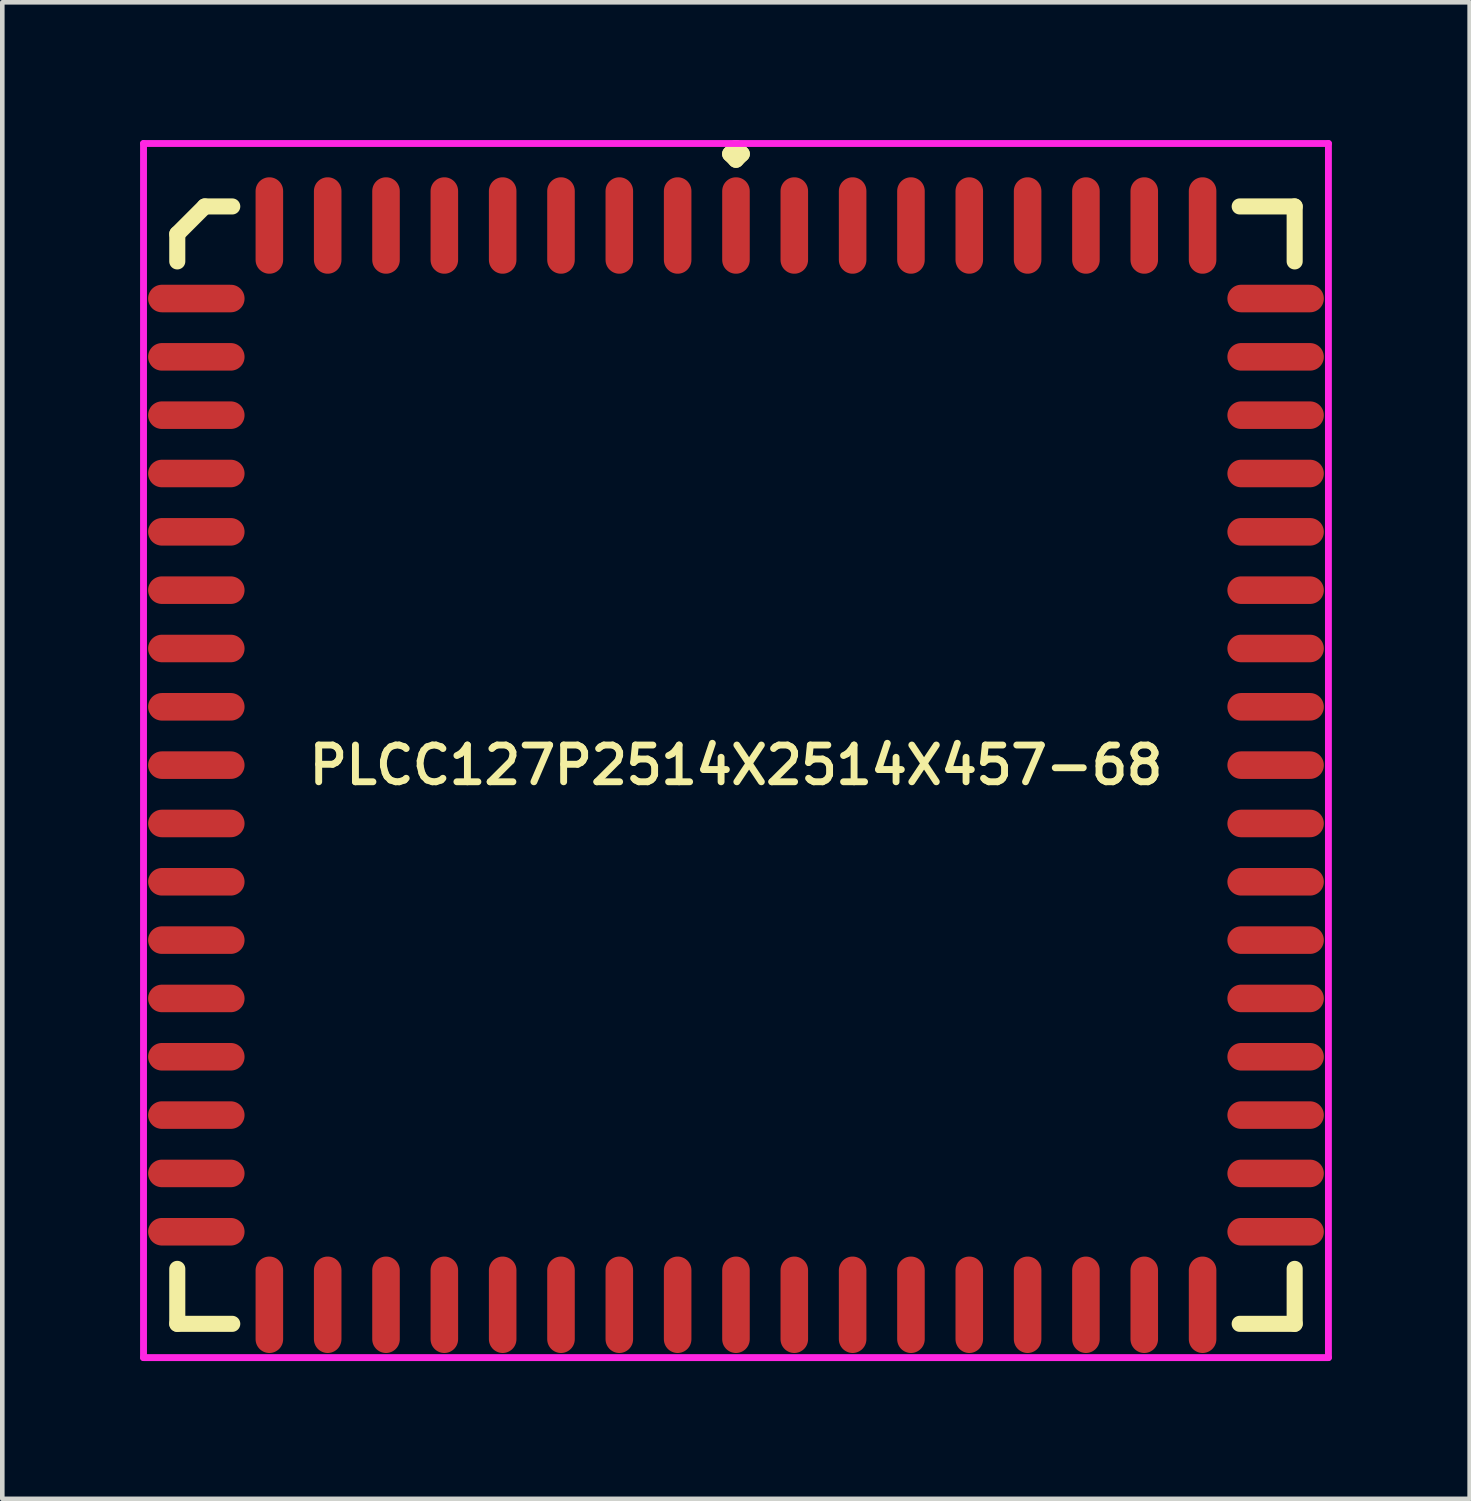
<source format=kicad_pcb>
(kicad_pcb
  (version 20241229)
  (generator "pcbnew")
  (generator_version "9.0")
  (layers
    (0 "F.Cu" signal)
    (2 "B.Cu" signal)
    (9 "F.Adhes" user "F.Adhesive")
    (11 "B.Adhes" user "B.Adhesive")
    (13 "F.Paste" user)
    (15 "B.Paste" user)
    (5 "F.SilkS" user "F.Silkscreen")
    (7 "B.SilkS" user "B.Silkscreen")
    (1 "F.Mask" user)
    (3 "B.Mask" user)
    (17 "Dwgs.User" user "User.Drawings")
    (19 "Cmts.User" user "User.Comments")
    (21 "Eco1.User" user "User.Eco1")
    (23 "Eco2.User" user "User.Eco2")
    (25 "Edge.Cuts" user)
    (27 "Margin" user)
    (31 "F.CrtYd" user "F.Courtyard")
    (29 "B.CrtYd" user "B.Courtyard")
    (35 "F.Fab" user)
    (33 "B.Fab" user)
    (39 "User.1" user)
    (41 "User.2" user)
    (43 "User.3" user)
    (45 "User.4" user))
  (footprint "PLCC127P2514X2514X457-68"
    (layer "F.Cu")
    (at 12.975 13.61)
    (property "Reference" "PLCC127P2514X2514X457-68" (at 0 0 0) (layer "F.SilkS") (effects (font (size 0.8 0.8) (thickness 0.15))))
    (attr smd)
    (fp_line (start -12.165 -11.566) (end -11.566 -12.165) (stroke (width 0.35) (type solid)) (layer "F.SilkS"))
    (fp_line (start -12.165 -10.968) (end -12.165 -11.566) (stroke (width 0.35) (type solid)) (layer "F.SilkS"))
    (fp_line (start -12.165 10.968) (end -12.165 12.165) (stroke (width 0.35) (type solid)) (layer "F.SilkS"))
    (fp_line (start -12.165 12.165) (end -10.968 12.165) (stroke (width 0.35) (type solid)) (layer "F.SilkS"))
    (fp_line (start -11.566 -12.165) (end -10.968 -12.165) (stroke (width 0.35) (type solid)) (layer "F.SilkS"))
    (fp_line (start -0.127 -13.308) (end 0 -13.435) (stroke (width 0.35) (type solid)) (layer "F.SilkS"))
    (fp_line (start 0 -13.435) (end 0.127 -13.308) (stroke (width 0.35) (type solid)) (layer "F.SilkS"))
    (fp_line (start 0 -13.181) (end -0.127 -13.308) (stroke (width 0.35) (type solid)) (layer "F.SilkS"))
    (fp_line (start 0.127 -13.308) (end 0 -13.181) (stroke (width 0.35) (type solid)) (layer "F.SilkS"))
    (fp_line (start 12.165 -12.165) (end 10.968 -12.165) (stroke (width 0.35) (type solid)) (layer "F.SilkS"))
    (fp_line (start 12.165 -10.968) (end 12.165 -12.165) (stroke (width 0.35) (type solid)) (layer "F.SilkS"))
    (fp_line (start 12.165 10.968) (end 12.165 12.165) (stroke (width 0.35) (type solid)) (layer "F.SilkS"))
    (fp_line (start 12.165 12.165) (end 10.968 12.165) (stroke (width 0.35) (type solid)) (layer "F.SilkS"))
    (fp_line (start -12.9 -13.535) (end 12.9 -13.535) (stroke (width 0.15) (type solid)) (layer "F.CrtYd"))
    (fp_line (start -12.9 12.9) (end -12.9 -13.535) (stroke (width 0.15) (type solid)) (layer "F.CrtYd"))
    (fp_line (start 12.9 -13.535) (end 12.9 12.9) (stroke (width 0.15) (type solid)) (layer "F.CrtYd"))
    (fp_line (start 12.9 12.9) (end -12.9 12.9) (stroke (width 0.15) (type solid)) (layer "F.CrtYd"))
    (pad "1" smd oval (at 0 -11.75) (size 0.6 2.1) (layers "F.Cu" "F.Mask" "F.Paste"))
    (pad "2" smd oval (at -1.27 -11.75) (size 0.6 2.1) (layers "F.Cu" "F.Mask" "F.Paste"))
    (pad "3" smd oval (at -2.54 -11.75) (size 0.6 2.1) (layers "F.Cu" "F.Mask" "F.Paste"))
    (pad "4" smd oval (at -3.81 -11.75) (size 0.6 2.1) (layers "F.Cu" "F.Mask" "F.Paste"))
    (pad "5" smd oval (at -5.08 -11.75) (size 0.6 2.1) (layers "F.Cu" "F.Mask" "F.Paste"))
    (pad "6" smd oval (at -6.35 -11.75) (size 0.6 2.1) (layers "F.Cu" "F.Mask" "F.Paste"))
    (pad "7" smd oval (at -7.62 -11.75) (size 0.6 2.1) (layers "F.Cu" "F.Mask" "F.Paste"))
    (pad "8" smd oval (at -8.89 -11.75) (size 0.6 2.1) (layers "F.Cu" "F.Mask" "F.Paste"))
    (pad "9" smd oval (at -10.16 -11.75) (size 0.6 2.1) (layers "F.Cu" "F.Mask" "F.Paste"))
    (pad "10" smd oval (at -11.75 -10.16) (size 2.1 0.6) (layers "F.Cu" "F.Mask" "F.Paste"))
    (pad "11" smd oval (at -11.75 -8.89) (size 2.1 0.6) (layers "F.Cu" "F.Mask" "F.Paste"))
    (pad "12" smd oval (at -11.75 -7.62) (size 2.1 0.6) (layers "F.Cu" "F.Mask" "F.Paste"))
    (pad "13" smd oval (at -11.75 -6.35) (size 2.1 0.6) (layers "F.Cu" "F.Mask" "F.Paste"))
    (pad "14" smd oval (at -11.75 -5.08) (size 2.1 0.6) (layers "F.Cu" "F.Mask" "F.Paste"))
    (pad "15" smd oval (at -11.75 -3.81) (size 2.1 0.6) (layers "F.Cu" "F.Mask" "F.Paste"))
    (pad "16" smd oval (at -11.75 -2.54) (size 2.1 0.6) (layers "F.Cu" "F.Mask" "F.Paste"))
    (pad "17" smd oval (at -11.75 -1.27) (size 2.1 0.6) (layers "F.Cu" "F.Mask" "F.Paste"))
    (pad "18" smd oval (at -11.75 0) (size 2.1 0.6) (layers "F.Cu" "F.Mask" "F.Paste"))
    (pad "19" smd oval (at -11.75 1.27) (size 2.1 0.6) (layers "F.Cu" "F.Mask" "F.Paste"))
    (pad "20" smd oval (at -11.75 2.54) (size 2.1 0.6) (layers "F.Cu" "F.Mask" "F.Paste"))
    (pad "21" smd oval (at -11.75 3.81) (size 2.1 0.6) (layers "F.Cu" "F.Mask" "F.Paste"))
    (pad "22" smd oval (at -11.75 5.08) (size 2.1 0.6) (layers "F.Cu" "F.Mask" "F.Paste"))
    (pad "23" smd oval (at -11.75 6.35) (size 2.1 0.6) (layers "F.Cu" "F.Mask" "F.Paste"))
    (pad "24" smd oval (at -11.75 7.62) (size 2.1 0.6) (layers "F.Cu" "F.Mask" "F.Paste"))
    (pad "25" smd oval (at -11.75 8.89) (size 2.1 0.6) (layers "F.Cu" "F.Mask" "F.Paste"))
    (pad "26" smd oval (at -11.75 10.16) (size 2.1 0.6) (layers "F.Cu" "F.Mask" "F.Paste"))
    (pad "27" smd oval (at -10.16 11.75) (size 0.6 2.1) (layers "F.Cu" "F.Mask" "F.Paste"))
    (pad "28" smd oval (at -8.89 11.75) (size 0.6 2.1) (layers "F.Cu" "F.Mask" "F.Paste"))
    (pad "29" smd oval (at -7.62 11.75) (size 0.6 2.1) (layers "F.Cu" "F.Mask" "F.Paste"))
    (pad "30" smd oval (at -6.35 11.75) (size 0.6 2.1) (layers "F.Cu" "F.Mask" "F.Paste"))
    (pad "31" smd oval (at -5.08 11.75) (size 0.6 2.1) (layers "F.Cu" "F.Mask" "F.Paste"))
    (pad "32" smd oval (at -3.81 11.75) (size 0.6 2.1) (layers "F.Cu" "F.Mask" "F.Paste"))
    (pad "33" smd oval (at -2.54 11.75) (size 0.6 2.1) (layers "F.Cu" "F.Mask" "F.Paste"))
    (pad "34" smd oval (at -1.27 11.75) (size 0.6 2.1) (layers "F.Cu" "F.Mask" "F.Paste"))
    (pad "35" smd oval (at 0 11.75) (size 0.6 2.1) (layers "F.Cu" "F.Mask" "F.Paste"))
    (pad "36" smd oval (at 1.27 11.75) (size 0.6 2.1) (layers "F.Cu" "F.Mask" "F.Paste"))
    (pad "37" smd oval (at 2.54 11.75) (size 0.6 2.1) (layers "F.Cu" "F.Mask" "F.Paste"))
    (pad "38" smd oval (at 3.81 11.75) (size 0.6 2.1) (layers "F.Cu" "F.Mask" "F.Paste"))
    (pad "39" smd oval (at 5.08 11.75) (size 0.6 2.1) (layers "F.Cu" "F.Mask" "F.Paste"))
    (pad "40" smd oval (at 6.35 11.75) (size 0.6 2.1) (layers "F.Cu" "F.Mask" "F.Paste"))
    (pad "41" smd oval (at 7.62 11.75) (size 0.6 2.1) (layers "F.Cu" "F.Mask" "F.Paste"))
    (pad "42" smd oval (at 8.89 11.75) (size 0.6 2.1) (layers "F.Cu" "F.Mask" "F.Paste"))
    (pad "43" smd oval (at 10.16 11.75) (size 0.6 2.1) (layers "F.Cu" "F.Mask" "F.Paste"))
    (pad "44" smd oval (at 11.75 10.16) (size 2.1 0.6) (layers "F.Cu" "F.Mask" "F.Paste"))
    (pad "45" smd oval (at 11.75 8.89) (size 2.1 0.6) (layers "F.Cu" "F.Mask" "F.Paste"))
    (pad "46" smd oval (at 11.75 7.62) (size 2.1 0.6) (layers "F.Cu" "F.Mask" "F.Paste"))
    (pad "47" smd oval (at 11.75 6.35) (size 2.1 0.6) (layers "F.Cu" "F.Mask" "F.Paste"))
    (pad "48" smd oval (at 11.75 5.08) (size 2.1 0.6) (layers "F.Cu" "F.Mask" "F.Paste"))
    (pad "49" smd oval (at 11.75 3.81) (size 2.1 0.6) (layers "F.Cu" "F.Mask" "F.Paste"))
    (pad "50" smd oval (at 11.75 2.54) (size 2.1 0.6) (layers "F.Cu" "F.Mask" "F.Paste"))
    (pad "51" smd oval (at 11.75 1.27) (size 2.1 0.6) (layers "F.Cu" "F.Mask" "F.Paste"))
    (pad "52" smd oval (at 11.75 0) (size 2.1 0.6) (layers "F.Cu" "F.Mask" "F.Paste"))
    (pad "53" smd oval (at 11.75 -1.27) (size 2.1 0.6) (layers "F.Cu" "F.Mask" "F.Paste"))
    (pad "54" smd oval (at 11.75 -2.54) (size 2.1 0.6) (layers "F.Cu" "F.Mask" "F.Paste"))
    (pad "55" smd oval (at 11.75 -3.81) (size 2.1 0.6) (layers "F.Cu" "F.Mask" "F.Paste"))
    (pad "56" smd oval (at 11.75 -5.08) (size 2.1 0.6) (layers "F.Cu" "F.Mask" "F.Paste"))
    (pad "57" smd oval (at 11.75 -6.35) (size 2.1 0.6) (layers "F.Cu" "F.Mask" "F.Paste"))
    (pad "58" smd oval (at 11.75 -7.62) (size 2.1 0.6) (layers "F.Cu" "F.Mask" "F.Paste"))
    (pad "59" smd oval (at 11.75 -8.89) (size 2.1 0.6) (layers "F.Cu" "F.Mask" "F.Paste"))
    (pad "60" smd oval (at 11.75 -10.16) (size 2.1 0.6) (layers "F.Cu" "F.Mask" "F.Paste"))
    (pad "61" smd oval (at 10.16 -11.75) (size 0.6 2.1) (layers "F.Cu" "F.Mask" "F.Paste"))
    (pad "62" smd oval (at 8.89 -11.75) (size 0.6 2.1) (layers "F.Cu" "F.Mask" "F.Paste"))
    (pad "63" smd oval (at 7.62 -11.75) (size 0.6 2.1) (layers "F.Cu" "F.Mask" "F.Paste"))
    (pad "64" smd oval (at 6.35 -11.75) (size 0.6 2.1) (layers "F.Cu" "F.Mask" "F.Paste"))
    (pad "65" smd oval (at 5.08 -11.75) (size 0.6 2.1) (layers "F.Cu" "F.Mask" "F.Paste"))
    (pad "66" smd oval (at 3.81 -11.75) (size 0.6 2.1) (layers "F.Cu" "F.Mask" "F.Paste"))
    (pad "67" smd oval (at 2.54 -11.75) (size 0.6 2.1) (layers "F.Cu" "F.Mask" "F.Paste"))
    (pad "68" smd oval (at 1.27 -11.75) (size 0.6 2.1) (layers "F.Cu" "F.Mask" "F.Paste")))
  (gr_rect
    (start -3 -3)
    (end 28.95 29.585)
    (stroke (width 0.1) (type default))
    (fill no)
    (layer "Edge.Cuts")))
</source>
